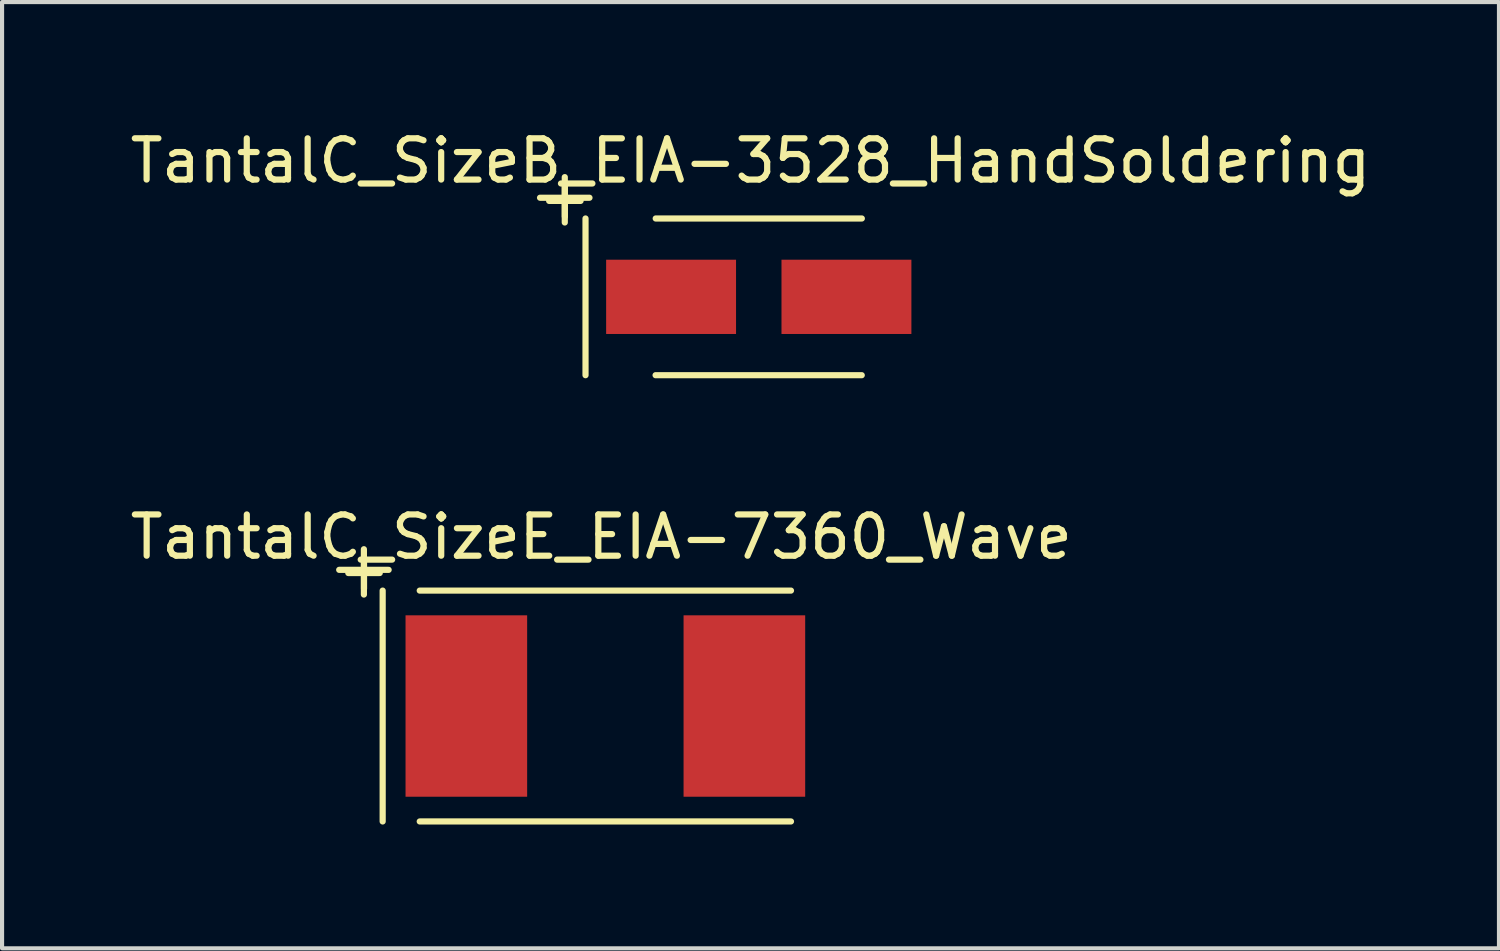
<source format=kicad_pcb>
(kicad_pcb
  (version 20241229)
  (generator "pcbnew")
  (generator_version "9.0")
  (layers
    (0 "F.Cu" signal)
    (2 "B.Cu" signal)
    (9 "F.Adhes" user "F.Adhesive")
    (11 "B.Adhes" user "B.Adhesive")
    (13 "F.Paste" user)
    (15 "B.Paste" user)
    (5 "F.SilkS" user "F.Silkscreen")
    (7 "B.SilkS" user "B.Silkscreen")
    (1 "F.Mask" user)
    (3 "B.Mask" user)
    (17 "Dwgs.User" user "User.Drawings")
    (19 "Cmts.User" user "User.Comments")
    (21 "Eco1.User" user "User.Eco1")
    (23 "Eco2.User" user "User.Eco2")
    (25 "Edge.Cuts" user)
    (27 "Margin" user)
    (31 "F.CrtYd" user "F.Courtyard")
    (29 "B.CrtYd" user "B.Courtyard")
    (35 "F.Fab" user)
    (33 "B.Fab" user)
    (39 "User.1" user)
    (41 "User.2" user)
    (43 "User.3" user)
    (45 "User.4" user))
  (footprint "TantalC_SizeB_EIA-3528_HandSoldering"
    (layer "F.Cu")
    (at 15.349 4.148)
    (property "Reference" "TantalC_SizeB_EIA-3528_HandSoldering" (at -0.201 -3.299 0) (layer "F.SilkS") (effects (font (size 1 1) (thickness 0.15))))
    (attr smd)
    (fp_line (start -5.304 -2.403) (end -4.105 -2.403) (stroke (width 0.15) (type solid)) (layer "F.SilkS"))
    (fp_line (start -4.704 -2.903) (end -4.704 -1.803) (stroke (width 0.15) (type solid)) (layer "F.SilkS"))
    (fp_line (start -4.201 -1.9) (end -4.201 1.9) (stroke (width 0.15) (type solid)) (layer "F.SilkS"))
    (fp_line (start 2.497 1.9) (end -2.502 1.9) (stroke (width 0.15) (type solid)) (layer "F.SilkS"))
    (fp_line (start 2.499 -1.9) (end -2.499 -1.9) (stroke (width 0.15) (type solid)) (layer "F.SilkS"))
    (fp_text user "+" (at -4.702 -2.4 0) (layer "F.SilkS") (effects (font (size 1 1) (thickness 0.15))))
    (pad "1" smd rect (at -2.126 0) (size 3.15 1.801) (layers "F.Cu" "F.Mask" "F.Paste"))
    (pad "2" smd rect (at 2.126 0) (size 3.15 1.801) (layers "F.Cu" "F.Mask" "F.Paste")))
  (footprint "TantalC_SizeE_EIA-7360_Wave"
    (layer "F.Cu")
    (at 11.629 14.07)
    (property "Reference" "TantalC_SizeE_EIA-7360_Wave" (at -0.099 -4.1 0) (layer "F.SilkS") (effects (font (size 1 1) (thickness 0.15))))
    (attr smd)
    (fp_line (start -6.454 -3.302) (end -5.255 -3.302) (stroke (width 0.15) (type solid)) (layer "F.SilkS"))
    (fp_line (start -5.855 -3.802) (end -5.855 -2.703) (stroke (width 0.15) (type solid)) (layer "F.SilkS"))
    (fp_line (start -5.4 -2.799) (end -5.4 2.799) (stroke (width 0.15) (type solid)) (layer "F.SilkS"))
    (fp_line (start -4.501 2.799) (end 4.501 2.799) (stroke (width 0.15) (type solid)) (layer "F.SilkS"))
    (fp_line (start 4.501 -2.799) (end -4.501 -2.799) (stroke (width 0.15) (type solid)) (layer "F.SilkS"))
    (fp_text user "+" (at -5.852 -3.299 0) (layer "F.SilkS") (effects (font (size 1 1) (thickness 0.15))))
    (pad "1" smd rect (at -3.371 0) (size 2.949 4.399) (layers "F.Cu" "F.Mask" "F.Paste"))
    (pad "2" smd rect (at 3.371 0) (size 2.949 4.399) (layers "F.Cu" "F.Mask" "F.Paste")))
  (gr_rect
    (start -3 -3)
    (end 33.298 19.945)
    (stroke (width 0.1) (type default))
    (fill no)
    (layer "Edge.Cuts")))
</source>
